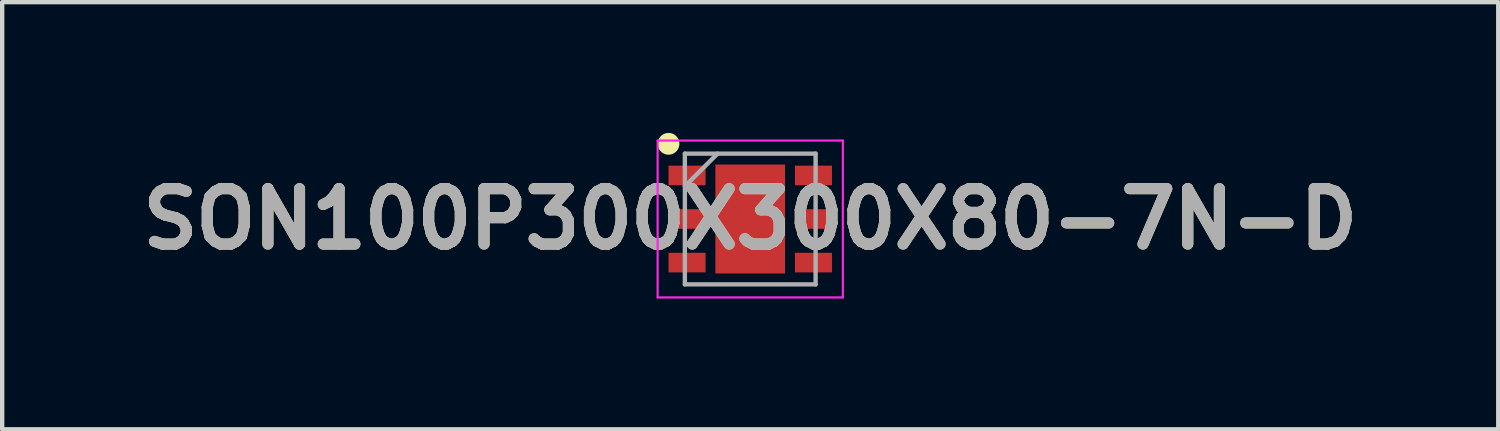
<source format=kicad_pcb>
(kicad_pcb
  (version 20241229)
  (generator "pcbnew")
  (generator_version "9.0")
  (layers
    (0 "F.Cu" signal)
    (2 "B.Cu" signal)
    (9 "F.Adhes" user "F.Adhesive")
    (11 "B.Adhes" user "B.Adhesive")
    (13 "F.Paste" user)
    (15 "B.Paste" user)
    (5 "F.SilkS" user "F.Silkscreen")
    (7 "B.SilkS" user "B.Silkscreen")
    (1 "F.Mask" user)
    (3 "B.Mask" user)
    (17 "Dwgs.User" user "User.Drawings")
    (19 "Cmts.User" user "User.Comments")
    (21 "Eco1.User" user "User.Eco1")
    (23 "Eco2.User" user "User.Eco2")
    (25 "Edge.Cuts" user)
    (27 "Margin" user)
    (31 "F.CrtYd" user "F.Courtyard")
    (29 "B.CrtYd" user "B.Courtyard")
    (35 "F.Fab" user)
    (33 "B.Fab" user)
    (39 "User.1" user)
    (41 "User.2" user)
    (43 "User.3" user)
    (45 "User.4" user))
  (footprint "SON100P300X300X80-7N-D"
    (layer "F.Cu")
    (at 14.164 1.975)
    (property "Reference" "SON100P300X300X80-7N-D" (at 0 0 0) (layer "F.SilkS") (effects (font (size 1.27 1.27) (thickness 0.254))))
    (attr smd)
    (fp_circle (center -1.875 -1.725) (end -1.875 -1.6) (stroke (width 0.25) (type solid)) (fill no) (layer "F.SilkS"))
    (fp_line (start -2.125 -1.8) (end 2.125 -1.8) (stroke (width 0.05) (type solid)) (layer "F.CrtYd"))
    (fp_line (start -2.125 1.8) (end -2.125 -1.8) (stroke (width 0.05) (type solid)) (layer "F.CrtYd"))
    (fp_line (start 2.125 -1.8) (end 2.125 1.8) (stroke (width 0.05) (type solid)) (layer "F.CrtYd"))
    (fp_line (start 2.125 1.8) (end -2.125 1.8) (stroke (width 0.05) (type solid)) (layer "F.CrtYd"))
    (fp_line (start -1.5 -1.5) (end 1.5 -1.5) (stroke (width 0.1) (type solid)) (layer "F.Fab"))
    (fp_line (start -1.5 -0.75) (end -0.75 -1.5) (stroke (width 0.1) (type solid)) (layer "F.Fab"))
    (fp_line (start -1.5 1.5) (end -1.5 -1.5) (stroke (width 0.1) (type solid)) (layer "F.Fab"))
    (fp_line (start 1.5 -1.5) (end 1.5 1.5) (stroke (width 0.1) (type solid)) (layer "F.Fab"))
    (fp_line (start 1.5 1.5) (end -1.5 1.5) (stroke (width 0.1) (type solid)) (layer "F.Fab"))
    (fp_text user "${REFERENCE}" (at 0 0 0) (layer "F.Fab") (effects (font (size 1.27 1.27) (thickness 0.254))))
    (pad "1" smd rect (at -1.45 -1 90) (size 0.45 0.85) (layers "F.Cu" "F.Mask" "F.Paste"))
    (pad "2" smd rect (at -1.45 0 90) (size 0.45 0.85) (layers "F.Cu" "F.Mask" "F.Paste"))
    (pad "3" smd rect (at -1.45 1 90) (size 0.45 0.85) (layers "F.Cu" "F.Mask" "F.Paste"))
    (pad "4" smd rect (at 1.45 1 90) (size 0.45 0.85) (layers "F.Cu" "F.Mask" "F.Paste"))
    (pad "5" smd rect (at 1.45 0 90) (size 0.45 0.85) (layers "F.Cu" "F.Mask" "F.Paste"))
    (pad "6" smd rect (at 1.45 -1 90) (size 0.45 0.85) (layers "F.Cu" "F.Mask" "F.Paste"))
    (pad "7" smd rect (at 0 0) (size 1.6 2.5) (layers "F.Cu" "F.Mask" "F.Paste")))
  (gr_rect
    (start -3 -3)
    (end 31.327 6.8)
    (stroke (width 0.1) (type default))
    (fill no)
    (layer "Edge.Cuts")))
</source>
